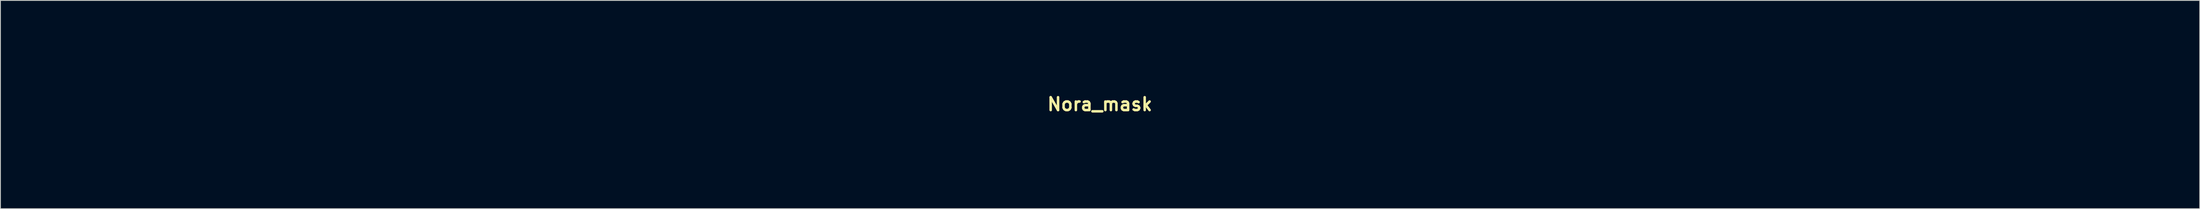
<source format=kicad_pcb>
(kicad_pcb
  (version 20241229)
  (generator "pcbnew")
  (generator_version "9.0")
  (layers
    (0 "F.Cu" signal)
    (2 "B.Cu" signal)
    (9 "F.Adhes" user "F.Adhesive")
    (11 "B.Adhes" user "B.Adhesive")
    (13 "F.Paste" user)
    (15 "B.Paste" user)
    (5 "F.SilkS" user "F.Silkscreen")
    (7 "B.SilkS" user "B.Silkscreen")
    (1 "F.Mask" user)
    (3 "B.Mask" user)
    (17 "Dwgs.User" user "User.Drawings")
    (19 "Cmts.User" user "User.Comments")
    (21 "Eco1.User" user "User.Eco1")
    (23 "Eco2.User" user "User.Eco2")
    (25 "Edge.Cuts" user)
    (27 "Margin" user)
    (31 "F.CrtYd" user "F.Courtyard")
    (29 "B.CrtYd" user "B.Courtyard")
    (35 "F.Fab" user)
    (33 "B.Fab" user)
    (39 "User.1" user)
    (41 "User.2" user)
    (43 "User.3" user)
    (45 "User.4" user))
  (footprint "Nora_mask"
    (layer "F.Cu")
    (at 126.851 9.318)
    (property "Reference" "Nora_mask" (at 0 0 0) (layer "F.SilkS") (effects (font (size 1.524 1.524) (thickness 0.3))))
    (attr through_hole)
    (fp_poly (pts (xy 116.079 6.301) (xy 116.127 6.37) (xy 116.205 6.496) (xy 116.318 6.689) (xy 116.473 6.958) (xy 116.675 7.313) (xy 116.928 7.765) (xy 117.24 8.321) (xy 117.566 8.905) (xy 117.833 9.384) (xy 114.143 9.384) (xy 114.245 9.225) (xy 114.309 9.12) (xy 114.435 8.914) (xy 114.609 8.625) (xy 114.82 8.274) (xy 115.056 7.88) (xy 115.18 7.673) (xy 115.419 7.276) (xy 115.635 6.923) (xy 115.817 6.632) (xy 115.955 6.418) (xy 116.037 6.299) (xy 116.056 6.28) (xy 116.079 6.301)) (stroke (width 0.01) (type solid)) (fill yes) (layer "F.Mask"))
    (fp_poly (pts (xy -123.456 -3.092) (xy -123.031 -3.088) (xy -121.228 -3.069) (xy -122.138 -1.552) (xy -122.39 -1.136) (xy -122.619 -0.762) (xy -122.817 -0.447) (xy -122.972 -0.206) (xy -123.073 -0.057) (xy -123.109 -0.015) (xy -123.159 -0.068) (xy -123.268 -0.229) (xy -123.424 -0.48) (xy -123.619 -0.806) (xy -123.842 -1.189) (xy -124.031 -1.522) (xy -124.266 -1.942) (xy -124.475 -2.32) (xy -124.647 -2.639) (xy -124.775 -2.883) (xy -124.849 -3.035) (xy -124.863 -3.078) (xy -124.787 -3.085) (xy -124.59 -3.09) (xy -124.289 -3.093) (xy -123.905 -3.093) (xy -123.456 -3.092)) (stroke (width 0.01) (type solid)) (fill yes) (layer "F.Mask"))
    (fp_poly (pts (xy -65.135 6.407) (xy -65.026 6.586) (xy -64.879 6.837) (xy -64.709 7.134) (xy -64.693 7.161) (xy -64.471 7.554) (xy -64.223 7.993) (xy -63.984 8.416) (xy -63.845 8.661) (xy -63.435 9.384) (xy -65.271 9.384) (xy -65.761 9.382) (xy -66.2 9.376) (xy -66.569 9.368) (xy -66.851 9.357) (xy -67.026 9.344) (xy -67.078 9.331) (xy -66.931 9.069) (xy -66.744 8.75) (xy -66.529 8.391) (xy -66.298 8.012) (xy -66.061 7.631) (xy -65.831 7.266) (xy -65.62 6.936) (xy -65.438 6.66) (xy -65.299 6.456) (xy -65.212 6.343) (xy -65.19 6.326) (xy -65.135 6.407)) (stroke (width 0.01) (type solid)) (fill yes) (layer "F.Mask"))
    (fp_poly (pts (xy -50.587 0.067) (xy -50.49 0.225) (xy -50.345 0.471) (xy -50.163 0.787) (xy -49.954 1.156) (xy -49.881 1.285) (xy -49.652 1.692) (xy -49.435 2.077) (xy -49.245 2.415) (xy -49.093 2.683) (xy -48.995 2.856) (xy -48.984 2.875) (xy -48.811 3.175) (xy -50.652 3.175) (xy -51.145 3.174) (xy -51.588 3.171) (xy -51.963 3.166) (xy -52.251 3.159) (xy -52.434 3.152) (xy -52.493 3.144) (xy -52.459 3.08) (xy -52.363 2.915) (xy -52.218 2.668) (xy -52.036 2.36) (xy -51.828 2.009) (xy -51.605 1.635) (xy -51.38 1.259) (xy -51.165 0.899) (xy -50.97 0.576) (xy -50.808 0.309) (xy -50.691 0.118) (xy -50.63 0.022) (xy -50.625 0.015) (xy -50.587 0.067)) (stroke (width 0.01) (type solid)) (fill yes) (layer "F.Mask"))
    (fp_poly (pts (xy 29.576 3.108) (xy 30.016 3.112) (xy 30.387 3.12) (xy 30.671 3.13) (xy 30.849 3.141) (xy 30.903 3.153) (xy 30.868 3.225) (xy 30.769 3.403) (xy 30.613 3.672) (xy 30.41 4.021) (xy 30.167 4.433) (xy 29.893 4.896) (xy 29.595 5.396) (xy 29.284 5.919) (xy 28.965 6.451) (xy 28.649 6.978) (xy 28.343 7.487) (xy 28.055 7.963) (xy 27.794 8.393) (xy 27.568 8.762) (xy 27.385 9.058) (xy 27.254 9.266) (xy 27.183 9.372) (xy 27.173 9.383) (xy 27.128 9.323) (xy 27.024 9.157) (xy 26.871 8.9) (xy 26.678 8.57) (xy 26.456 8.182) (xy 26.256 7.829) (xy 25.384 6.276) (xy 26.327 4.692) (xy 27.27 3.108) (xy 29.087 3.106) (xy 29.576 3.108)) (stroke (width 0.01) (type solid)) (fill yes) (layer "F.Mask"))
    (fp_poly (pts (xy -99.173 6.211) (xy -98.735 6.216) (xy -98.367 6.224) (xy -98.086 6.234) (xy -97.912 6.246) (xy -97.861 6.257) (xy -97.895 6.332) (xy -97.991 6.507) (xy -98.137 6.762) (xy -98.319 7.078) (xy -98.528 7.433) (xy -98.749 7.808) (xy -98.973 8.183) (xy -99.185 8.538) (xy -99.376 8.851) (xy -99.532 9.105) (xy -99.642 9.277) (xy -99.694 9.348) (xy -99.694 9.348) (xy -99.743 9.299) (xy -99.85 9.143) (xy -100.005 8.895) (xy -100.199 8.573) (xy -100.422 8.192) (xy -100.605 7.872) (xy -100.841 7.451) (xy -101.052 7.069) (xy -101.229 6.744) (xy -101.361 6.492) (xy -101.44 6.333) (xy -101.459 6.285) (xy -101.4 6.259) (xy -101.219 6.238) (xy -100.912 6.223) (xy -100.474 6.214) (xy -99.902 6.209) (xy -99.66 6.209) (xy -99.173 6.211)) (stroke (width 0.01) (type solid)) (fill yes) (layer "F.Mask"))
    (fp_poly (pts (xy 0.593 3.106) (xy 1.03 3.11) (xy 1.398 3.117) (xy 1.679 3.125) (xy 1.854 3.135) (xy 1.905 3.144) (xy 1.871 3.213) (xy 1.775 3.382) (xy 1.63 3.633) (xy 1.448 3.944) (xy 1.241 4.296) (xy 1.02 4.669) (xy 0.797 5.044) (xy 0.585 5.399) (xy 0.394 5.715) (xy 0.237 5.972) (xy 0.126 6.151) (xy 0.073 6.23) (xy 0.072 6.23) (xy 0.025 6.188) (xy -0.081 6.037) (xy -0.235 5.795) (xy -0.428 5.477) (xy -0.65 5.099) (xy -0.837 4.772) (xy -1.073 4.35) (xy -1.285 3.968) (xy -1.462 3.642) (xy -1.595 3.39) (xy -1.674 3.23) (xy -1.693 3.18) (xy -1.634 3.154) (xy -1.453 3.134) (xy -1.146 3.119) (xy -0.708 3.109) (xy -0.136 3.105) (xy 0.106 3.104) (xy 0.593 3.106)) (stroke (width 0.01) (type solid)) (fill yes) (layer "F.Mask"))
    (fp_poly (pts (xy 125.691 6.21) (xy 126.118 6.212) (xy 126.435 6.218) (xy 126.656 6.228) (xy 126.798 6.243) (xy 126.876 6.263) (xy 126.904 6.291) (xy 126.901 6.323) (xy 126.853 6.415) (xy 126.747 6.602) (xy 126.593 6.865) (xy 126.405 7.184) (xy 126.194 7.539) (xy 125.971 7.911) (xy 125.749 8.28) (xy 125.539 8.626) (xy 125.354 8.929) (xy 125.205 9.169) (xy 125.103 9.328) (xy 125.062 9.384) (xy 125.016 9.328) (xy 124.926 9.187) (xy 124.865 9.084) (xy 124.572 8.572) (xy 124.291 8.076) (xy 124.031 7.611) (xy 123.8 7.193) (xy 123.606 6.836) (xy 123.457 6.556) (xy 123.363 6.369) (xy 123.331 6.289) (xy 123.376 6.263) (xy 123.519 6.242) (xy 123.767 6.226) (xy 124.13 6.216) (xy 124.617 6.21) (xy 125.138 6.209) (xy 125.691 6.21)) (stroke (width 0.01) (type solid)) (fill yes) (layer "F.Mask"))
    (fp_poly (pts (xy -124.588 6.21) (xy -124.146 6.215) (xy -123.772 6.221) (xy -123.484 6.23) (xy -123.301 6.24) (xy -123.243 6.25) (xy -123.268 6.317) (xy -123.355 6.485) (xy -123.492 6.734) (xy -123.669 7.044) (xy -123.873 7.396) (xy -124.092 7.77) (xy -124.316 8.146) (xy -124.532 8.505) (xy -124.73 8.827) (xy -124.896 9.093) (xy -125.021 9.283) (xy -125.091 9.377) (xy -125.1 9.384) (xy -125.145 9.325) (xy -125.248 9.16) (xy -125.4 8.904) (xy -125.591 8.576) (xy -125.811 8.192) (xy -125.982 7.888) (xy -126.217 7.468) (xy -126.429 7.085) (xy -126.608 6.759) (xy -126.743 6.507) (xy -126.825 6.348) (xy -126.846 6.3) (xy -126.828 6.271) (xy -126.747 6.249) (xy -126.59 6.232) (xy -126.343 6.221) (xy -125.993 6.213) (xy -125.526 6.21) (xy -125.077 6.209) (xy -124.588 6.21)) (stroke (width 0.01) (type solid)) (fill yes) (layer "F.Mask"))
    (fp_poly (pts (xy -17.938 0.129) (xy -17.837 0.29) (xy -17.69 0.534) (xy -17.51 0.841) (xy -17.307 1.191) (xy -17.093 1.563) (xy -16.879 1.936) (xy -16.678 2.292) (xy -16.501 2.61) (xy -16.359 2.869) (xy -16.264 3.05) (xy -16.228 3.132) (xy -16.228 3.133) (xy -16.295 3.144) (xy -16.485 3.154) (xy -16.779 3.163) (xy -17.157 3.17) (xy -17.602 3.174) (xy -18.027 3.175) (xy -18.514 3.173) (xy -18.951 3.168) (xy -19.32 3.159) (xy -19.6 3.149) (xy -19.775 3.136) (xy -19.826 3.124) (xy -19.791 3.048) (xy -19.695 2.872) (xy -19.549 2.619) (xy -19.366 2.306) (xy -19.157 1.955) (xy -18.934 1.585) (xy -18.71 1.215) (xy -18.496 0.866) (xy -18.305 0.557) (xy -18.148 0.308) (xy -18.037 0.14) (xy -17.984 0.071) (xy -17.982 0.071) (xy -17.938 0.129)) (stroke (width 0.01) (type solid)) (fill yes) (layer "F.Mask"))
    (fp_poly (pts (xy 54.961 3.106) (xy 55.403 3.109) (xy 55.777 3.114) (xy 56.064 3.12) (xy 56.245 3.128) (xy 56.303 3.135) (xy 56.269 3.2) (xy 56.173 3.365) (xy 56.028 3.612) (xy 55.846 3.921) (xy 55.637 4.272) (xy 55.414 4.646) (xy 55.189 5.022) (xy 54.973 5.382) (xy 54.779 5.705) (xy 54.617 5.973) (xy 54.499 6.164) (xy 54.438 6.26) (xy 54.433 6.267) (xy 54.388 6.226) (xy 54.299 6.095) (xy 54.233 5.985) (xy 54.107 5.767) (xy 53.943 5.479) (xy 53.753 5.142) (xy 53.547 4.777) (xy 53.338 4.404) (xy 53.136 4.044) (xy 52.954 3.717) (xy 52.803 3.443) (xy 52.694 3.244) (xy 52.639 3.14) (xy 52.634 3.129) (xy 52.702 3.123) (xy 52.892 3.117) (xy 53.186 3.112) (xy 53.566 3.108) (xy 54.012 3.105) (xy 54.469 3.104) (xy 54.961 3.106)) (stroke (width 0.01) (type solid)) (fill yes) (layer "F.Mask"))
    (fp_poly (pts (xy -83.225 0.013) (xy -83.176 0.093) (xy -83.072 0.273) (xy -82.925 0.533) (xy -82.745 0.854) (xy -82.544 1.213) (xy -82.333 1.592) (xy -82.123 1.969) (xy -81.927 2.326) (xy -81.754 2.64) (xy -81.616 2.893) (xy -81.525 3.063) (xy -81.492 3.131) (xy -81.492 3.131) (xy -81.559 3.143) (xy -81.749 3.154) (xy -82.043 3.163) (xy -82.421 3.169) (xy -82.867 3.174) (xy -83.298 3.175) (xy -83.851 3.174) (xy -84.278 3.172) (xy -84.595 3.166) (xy -84.817 3.156) (xy -84.959 3.141) (xy -85.036 3.121) (xy -85.065 3.093) (xy -85.061 3.061) (xy -85.012 2.966) (xy -84.905 2.777) (xy -84.752 2.513) (xy -84.564 2.195) (xy -84.353 1.841) (xy -84.131 1.471) (xy -83.909 1.105) (xy -83.701 0.762) (xy -83.516 0.462) (xy -83.367 0.224) (xy -83.266 0.068) (xy -83.225 0.013) (xy -83.225 0.013)) (stroke (width 0.01) (type solid)) (fill yes) (layer "F.Mask"))
    (fp_poly (pts (xy -59.47 -9.255) (xy -59.371 -9.093) (xy -59.226 -8.848) (xy -59.049 -8.54) (xy -58.849 -8.19) (xy -58.639 -7.818) (xy -58.431 -7.445) (xy -58.234 -7.09) (xy -58.062 -6.775) (xy -57.925 -6.519) (xy -57.835 -6.344) (xy -57.804 -6.273) (xy -57.798 -6.232) (xy -57.817 -6.2) (xy -57.875 -6.177) (xy -57.989 -6.16) (xy -58.174 -6.149) (xy -58.445 -6.143) (xy -58.819 -6.139) (xy -59.311 -6.138) (xy -59.583 -6.138) (xy -60.138 -6.139) (xy -60.566 -6.142) (xy -60.884 -6.147) (xy -61.107 -6.157) (xy -61.25 -6.172) (xy -61.329 -6.192) (xy -61.358 -6.22) (xy -61.355 -6.253) (xy -61.306 -6.346) (xy -61.199 -6.535) (xy -61.045 -6.799) (xy -60.856 -7.119) (xy -60.644 -7.475) (xy -60.421 -7.847) (xy -60.198 -8.216) (xy -59.989 -8.561) (xy -59.803 -8.863) (xy -59.654 -9.102) (xy -59.554 -9.259) (xy -59.513 -9.313) (xy -59.47 -9.255)) (stroke (width 0.01) (type solid)) (fill yes) (layer "F.Mask"))
    (fp_poly (pts (xy 72.733 0.119) (xy 72.836 0.301) (xy 72.994 0.582) (xy 73.202 0.95) (xy 73.452 1.393) (xy 73.737 1.899) (xy 74.051 2.455) (xy 74.386 3.051) (xy 74.436 3.14) (xy 74.774 3.74) (xy 75.091 4.302) (xy 75.381 4.815) (xy 75.635 5.268) (xy 75.849 5.646) (xy 76.015 5.94) (xy 76.126 6.136) (xy 76.175 6.224) (xy 76.177 6.227) (xy 76.115 6.237) (xy 75.924 6.246) (xy 75.619 6.255) (xy 75.211 6.263) (xy 74.715 6.269) (xy 74.142 6.274) (xy 73.506 6.278) (xy 72.82 6.279) (xy 72.563 6.279) (xy 71.723 6.279) (xy 71.015 6.277) (xy 70.429 6.273) (xy 69.956 6.267) (xy 69.587 6.26) (xy 69.312 6.249) (xy 69.121 6.237) (xy 69.005 6.221) (xy 68.955 6.202) (xy 68.952 6.191) (xy 69.005 6.089) (xy 69.12 5.886) (xy 69.29 5.596) (xy 69.505 5.232) (xy 69.758 4.808) (xy 70.04 4.339) (xy 70.343 3.836) (xy 70.659 3.316) (xy 70.979 2.79) (xy 71.295 2.273) (xy 71.598 1.778) (xy 71.881 1.32) (xy 72.134 0.911) (xy 72.35 0.566) (xy 72.52 0.298) (xy 72.636 0.121) (xy 72.69 0.048) (xy 72.692 0.048) (xy 72.733 0.119)) (stroke (width 0.01) (type solid)) (fill yes) (layer "F.Mask"))
    (fp_poly (pts (xy -37.926 3.236) (xy -37.821 3.403) (xy -37.668 3.66) (xy -37.475 3.99) (xy -37.253 4.378) (xy -37.059 4.723) (xy -36.194 6.267) (xy -38.064 9.384) (xy -39.881 9.384) (xy -40.371 9.382) (xy -40.811 9.378) (xy -41.182 9.371) (xy -41.466 9.362) (xy -41.644 9.352) (xy -41.698 9.342) (xy -41.663 9.272) (xy -41.566 9.099) (xy -41.415 8.839) (xy -41.22 8.509) (xy -40.993 8.126) (xy -40.816 7.832) (xy -40.571 7.422) (xy -40.352 7.053) (xy -40.17 6.742) (xy -40.033 6.505) (xy -39.952 6.36) (xy -39.934 6.322) (xy -40.002 6.31) (xy -40.192 6.3) (xy -40.485 6.291) (xy -40.862 6.285) (xy -41.305 6.281) (xy -41.704 6.279) (xy -42.294 6.277) (xy -42.769 6.269) (xy -43.125 6.256) (xy -43.353 6.238) (xy -43.448 6.216) (xy -43.45 6.21) (xy -43.403 6.115) (xy -43.296 5.925) (xy -43.142 5.66) (xy -42.953 5.34) (xy -42.74 4.985) (xy -42.517 4.614) (xy -42.294 4.248) (xy -42.084 3.906) (xy -41.899 3.608) (xy -41.751 3.374) (xy -41.652 3.224) (xy -41.614 3.177) (xy -41.567 3.235) (xy -41.462 3.4) (xy -41.307 3.655) (xy -41.114 3.984) (xy -40.891 4.369) (xy -40.706 4.695) (xy -39.846 6.215) (xy -38.934 4.695) (xy -38.683 4.28) (xy -38.455 3.908) (xy -38.259 3.596) (xy -38.106 3.36) (xy -38.007 3.215) (xy -37.973 3.177) (xy -37.926 3.236)) (stroke (width 0.01) (type solid)) (fill yes) (layer "F.Mask"))
    (fp_poly (pts (xy -23.903 -3.093) (xy -23.615 -3.09) (xy -23.433 -3.085) (xy -23.376 -3.079) (xy -23.403 -3.014) (xy -23.494 -2.845) (xy -23.64 -2.587) (xy -23.831 -2.259) (xy -24.057 -1.875) (xy -24.268 -1.522) (xy -24.519 -1.104) (xy -24.743 -0.727) (xy -24.932 -0.408) (xy -25.075 -0.162) (xy -25.164 -0.008) (xy -25.188 0.04) (xy -25.174 0.073) (xy -25.129 0.159) (xy -25.049 0.306) (xy -24.931 0.521) (xy -24.769 0.811) (xy -24.56 1.183) (xy -24.3 1.645) (xy -23.985 2.203) (xy -23.611 2.866) (xy -23.173 3.639) (xy -22.877 4.163) (xy -22.643 4.577) (xy -22.418 4.974) (xy -22.219 5.327) (xy -22.057 5.613) (xy -21.948 5.805) (xy -21.935 5.829) (xy -21.825 6.037) (xy -21.751 6.199) (xy -21.731 6.266) (xy -21.766 6.344) (xy -21.862 6.522) (xy -22.007 6.779) (xy -22.19 7.096) (xy -22.398 7.452) (xy -22.619 7.825) (xy -22.84 8.197) (xy -23.051 8.545) (xy -23.238 8.851) (xy -23.389 9.093) (xy -23.493 9.252) (xy -23.529 9.3) (xy -23.57 9.307) (xy -23.635 9.253) (xy -23.731 9.126) (xy -23.867 8.915) (xy -24.05 8.606) (xy -24.289 8.189) (xy -24.4 7.992) (xy -24.631 7.583) (xy -24.843 7.209) (xy -25.025 6.892) (xy -25.166 6.65) (xy -25.254 6.502) (xy -25.275 6.47) (xy -25.31 6.444) (xy -25.358 6.459) (xy -25.429 6.528) (xy -25.53 6.663) (xy -25.67 6.876) (xy -25.859 7.179) (xy -26.105 7.585) (xy -26.278 7.872) (xy -26.56 8.342) (xy -26.779 8.702) (xy -26.946 8.965) (xy -27.067 9.143) (xy -27.154 9.25) (xy -27.214 9.296) (xy -27.257 9.296) (xy -27.287 9.267) (xy -27.348 9.17) (xy -27.467 8.968) (xy -27.632 8.683) (xy -27.832 8.332) (xy -28.056 7.937) (xy -28.169 7.736) (xy -28.424 7.283) (xy -28.621 6.942) (xy -28.769 6.699) (xy -28.876 6.541) (xy -28.95 6.456) (xy -29.002 6.43) (xy -29.039 6.451) (xy -29.042 6.456) (xy -29.103 6.549) (xy -29.223 6.745) (xy -29.393 7.025) (xy -29.6 7.369) (xy -29.834 7.759) (xy -29.964 7.978) (xy -30.202 8.376) (xy -30.417 8.731) (xy -30.598 9.025) (xy -30.734 9.241) (xy -30.816 9.362) (xy -30.833 9.382) (xy -30.876 9.324) (xy -30.978 9.158) (xy -31.129 8.903) (xy -31.32 8.574) (xy -31.54 8.187) (xy -31.733 7.845) (xy -31.97 7.422) (xy -32.181 7.039) (xy -32.359 6.714) (xy -32.494 6.464) (xy -32.575 6.306) (xy -32.597 6.258) (xy -32.528 6.248) (xy -32.332 6.239) (xy -32.021 6.231) (xy -31.608 6.224) (xy -31.107 6.218) (xy -30.531 6.214) (xy -29.892 6.211) (xy -29.205 6.209) (xy -28.967 6.209) (xy -25.338 6.209) (xy -24.452 4.734) (xy -24.206 4.323) (xy -23.986 3.953) (xy -23.803 3.641) (xy -23.666 3.403) (xy -23.584 3.256) (xy -23.566 3.217) (xy -23.633 3.206) (xy -23.823 3.195) (xy -24.116 3.187) (xy -24.493 3.18) (xy -24.936 3.176) (xy -25.329 3.175) (xy -25.812 3.173) (xy -26.243 3.169) (xy -26.606 3.162) (xy -26.881 3.153) (xy -27.049 3.142) (xy -27.093 3.133) (xy -27.059 3.063) (xy -26.961 2.89) (xy -26.81 2.629) (xy -26.616 2.298) (xy -26.389 1.914) (xy -26.201 1.598) (xy -25.954 1.185) (xy -25.731 0.812) (xy -25.543 0.498) (xy -25.4 0.257) (xy -25.312 0.109) (xy -25.288 0.067) (xy -25.316 -0.002) (xy -25.404 -0.177) (xy -25.544 -0.442) (xy -25.727 -0.778) (xy -25.944 -1.169) (xy -26.14 -1.52) (xy -27.012 -3.069) (xy -25.208 -3.088) (xy -24.718 -3.092) (xy -24.277 -3.094) (xy -23.903 -3.093)) (stroke (width 0.01) (type solid)) (fill yes) (layer "F.Mask")))
  (gr_rect
    (start -3 -3)
    (end 256.761 21.707)
    (stroke (width 0.1) (type default))
    (fill no)
    (layer "Edge.Cuts")))
</source>
